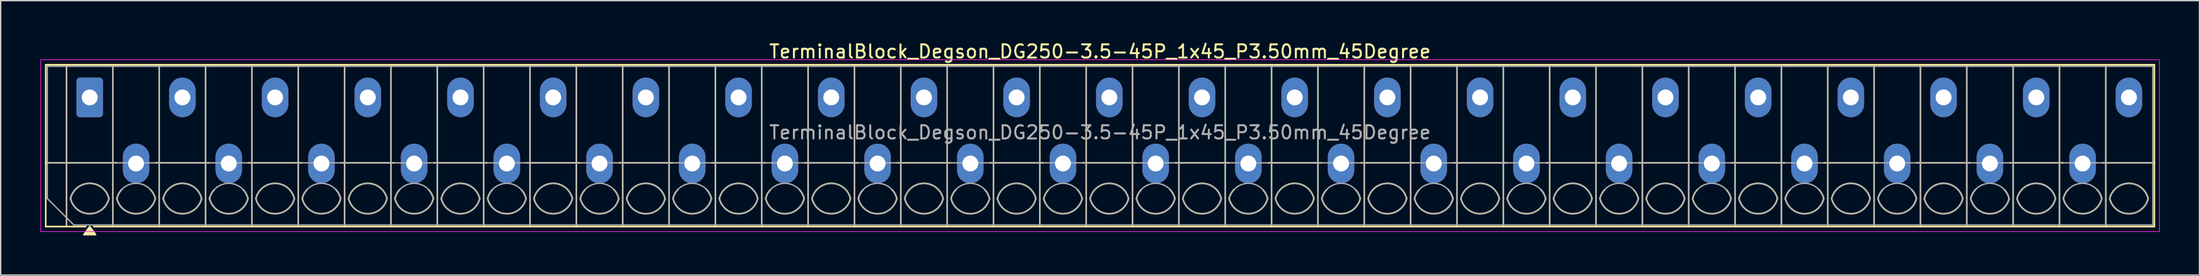
<source format=kicad_pcb>
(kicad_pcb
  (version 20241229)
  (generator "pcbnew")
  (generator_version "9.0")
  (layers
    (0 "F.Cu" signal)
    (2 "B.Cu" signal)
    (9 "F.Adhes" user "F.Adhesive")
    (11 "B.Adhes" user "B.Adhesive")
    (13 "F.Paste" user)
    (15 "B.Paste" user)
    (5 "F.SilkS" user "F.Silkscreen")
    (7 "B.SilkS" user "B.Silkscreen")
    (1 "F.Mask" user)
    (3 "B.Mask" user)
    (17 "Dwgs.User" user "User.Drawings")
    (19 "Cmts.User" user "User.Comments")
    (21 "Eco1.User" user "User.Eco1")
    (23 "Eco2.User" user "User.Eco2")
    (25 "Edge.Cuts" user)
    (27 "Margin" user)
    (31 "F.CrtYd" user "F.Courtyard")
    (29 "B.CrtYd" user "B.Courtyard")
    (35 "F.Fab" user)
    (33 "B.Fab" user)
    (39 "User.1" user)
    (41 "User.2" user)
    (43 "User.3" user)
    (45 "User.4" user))
  (footprint "TerminalBlock_Degson_DG250-3.5-45P_1x45_P3.50mm_45Degree"
    (layer "F.Cu")
    (at 3.725 4.318)
    (property "Reference" "TerminalBlock_Degson_DG250-3.5-45P_1x45_P3.50mm_45Degree" (at 76.3 -3.47 0) (layer "F.SilkS") (effects (font (size 1 1) (thickness 0.15))))
    (attr through_hole)
    (fp_line (start -3.32 -2.47) (end 155.92 -2.47) (stroke (width 0.12) (type solid)) (layer "F.SilkS"))
    (fp_line (start -3.32 4.95) (end 2.02 4.95) (stroke (width 0.12) (type solid)) (layer "F.SilkS"))
    (fp_line (start -3.32 9.77) (end -3.32 -2.47) (stroke (width 0.12) (type solid)) (layer "F.SilkS"))
    (fp_line (start -1.75 -2.47) (end -1.75 9.77) (stroke (width 0.12) (type solid)) (layer "F.SilkS"))
    (fp_line (start -0.3 9.77) (end -3.32 9.77) (stroke (width 0.12) (type solid)) (layer "F.SilkS"))
    (fp_line (start 1.75 -2.47) (end 1.75 9.77) (stroke (width 0.12) (type solid)) (layer "F.SilkS"))
    (fp_line (start 4.98 4.95) (end 9.02 4.95) (stroke (width 0.12) (type solid)) (layer "F.SilkS"))
    (fp_line (start 5.25 -2.47) (end 5.25 9.77) (stroke (width 0.12) (type solid)) (layer "F.SilkS"))
    (fp_line (start 8.75 -2.47) (end 8.75 9.77) (stroke (width 0.12) (type solid)) (layer "F.SilkS"))
    (fp_line (start 11.98 4.95) (end 16.02 4.95) (stroke (width 0.12) (type solid)) (layer "F.SilkS"))
    (fp_line (start 12.25 -2.47) (end 12.25 9.77) (stroke (width 0.12) (type solid)) (layer "F.SilkS"))
    (fp_line (start 15.75 -2.47) (end 15.75 9.77) (stroke (width 0.12) (type solid)) (layer "F.SilkS"))
    (fp_line (start 18.98 4.95) (end 23.02 4.95) (stroke (width 0.12) (type solid)) (layer "F.SilkS"))
    (fp_line (start 19.25 -2.47) (end 19.25 9.77) (stroke (width 0.12) (type solid)) (layer "F.SilkS"))
    (fp_line (start 22.75 -2.47) (end 22.75 9.77) (stroke (width 0.12) (type solid)) (layer "F.SilkS"))
    (fp_line (start 25.98 4.95) (end 30.02 4.95) (stroke (width 0.12) (type solid)) (layer "F.SilkS"))
    (fp_line (start 26.25 -2.47) (end 26.25 9.77) (stroke (width 0.12) (type solid)) (layer "F.SilkS"))
    (fp_line (start 29.75 -2.47) (end 29.75 9.77) (stroke (width 0.12) (type solid)) (layer "F.SilkS"))
    (fp_line (start 32.98 4.95) (end 37.02 4.95) (stroke (width 0.12) (type solid)) (layer "F.SilkS"))
    (fp_line (start 33.25 -2.47) (end 33.25 9.77) (stroke (width 0.12) (type solid)) (layer "F.SilkS"))
    (fp_line (start 36.75 -2.47) (end 36.75 9.77) (stroke (width 0.12) (type solid)) (layer "F.SilkS"))
    (fp_line (start 39.98 4.95) (end 44.02 4.95) (stroke (width 0.12) (type solid)) (layer "F.SilkS"))
    (fp_line (start 40.25 -2.47) (end 40.25 9.77) (stroke (width 0.12) (type solid)) (layer "F.SilkS"))
    (fp_line (start 43.75 -2.47) (end 43.75 9.77) (stroke (width 0.12) (type solid)) (layer "F.SilkS"))
    (fp_line (start 46.98 4.95) (end 51.02 4.95) (stroke (width 0.12) (type solid)) (layer "F.SilkS"))
    (fp_line (start 47.25 -2.47) (end 47.25 9.77) (stroke (width 0.12) (type solid)) (layer "F.SilkS"))
    (fp_line (start 50.75 -2.47) (end 50.75 9.77) (stroke (width 0.12) (type solid)) (layer "F.SilkS"))
    (fp_line (start 53.98 4.95) (end 58.02 4.95) (stroke (width 0.12) (type solid)) (layer "F.SilkS"))
    (fp_line (start 54.25 -2.47) (end 54.25 9.77) (stroke (width 0.12) (type solid)) (layer "F.SilkS"))
    (fp_line (start 57.75 -2.47) (end 57.75 9.77) (stroke (width 0.12) (type solid)) (layer "F.SilkS"))
    (fp_line (start 60.98 4.95) (end 65.02 4.95) (stroke (width 0.12) (type solid)) (layer "F.SilkS"))
    (fp_line (start 61.25 -2.47) (end 61.25 9.77) (stroke (width 0.12) (type solid)) (layer "F.SilkS"))
    (fp_line (start 64.75 -2.47) (end 64.75 9.77) (stroke (width 0.12) (type solid)) (layer "F.SilkS"))
    (fp_line (start 67.98 4.95) (end 72.02 4.95) (stroke (width 0.12) (type solid)) (layer "F.SilkS"))
    (fp_line (start 68.25 -2.47) (end 68.25 9.77) (stroke (width 0.12) (type solid)) (layer "F.SilkS"))
    (fp_line (start 71.75 -2.47) (end 71.75 9.77) (stroke (width 0.12) (type solid)) (layer "F.SilkS"))
    (fp_line (start 74.98 4.95) (end 79.02 4.95) (stroke (width 0.12) (type solid)) (layer "F.SilkS"))
    (fp_line (start 75.25 -2.47) (end 75.25 9.77) (stroke (width 0.12) (type solid)) (layer "F.SilkS"))
    (fp_line (start 78.75 -2.47) (end 78.75 9.77) (stroke (width 0.12) (type solid)) (layer "F.SilkS"))
    (fp_line (start 81.98 4.95) (end 86.02 4.95) (stroke (width 0.12) (type solid)) (layer "F.SilkS"))
    (fp_line (start 82.25 -2.47) (end 82.25 9.77) (stroke (width 0.12) (type solid)) (layer "F.SilkS"))
    (fp_line (start 85.75 -2.47) (end 85.75 9.77) (stroke (width 0.12) (type solid)) (layer "F.SilkS"))
    (fp_line (start 88.98 4.95) (end 93.02 4.95) (stroke (width 0.12) (type solid)) (layer "F.SilkS"))
    (fp_line (start 89.25 -2.47) (end 89.25 9.77) (stroke (width 0.12) (type solid)) (layer "F.SilkS"))
    (fp_line (start 92.75 -2.47) (end 92.75 9.77) (stroke (width 0.12) (type solid)) (layer "F.SilkS"))
    (fp_line (start 95.98 4.95) (end 100.02 4.95) (stroke (width 0.12) (type solid)) (layer "F.SilkS"))
    (fp_line (start 96.25 -2.47) (end 96.25 9.77) (stroke (width 0.12) (type solid)) (layer "F.SilkS"))
    (fp_line (start 99.75 -2.47) (end 99.75 9.77) (stroke (width 0.12) (type solid)) (layer "F.SilkS"))
    (fp_line (start 102.98 4.95) (end 107.02 4.95) (stroke (width 0.12) (type solid)) (layer "F.SilkS"))
    (fp_line (start 103.25 -2.47) (end 103.25 9.77) (stroke (width 0.12) (type solid)) (layer "F.SilkS"))
    (fp_line (start 106.75 -2.47) (end 106.75 9.77) (stroke (width 0.12) (type solid)) (layer "F.SilkS"))
    (fp_line (start 109.98 4.95) (end 114.02 4.95) (stroke (width 0.12) (type solid)) (layer "F.SilkS"))
    (fp_line (start 110.25 -2.47) (end 110.25 9.77) (stroke (width 0.12) (type solid)) (layer "F.SilkS"))
    (fp_line (start 113.75 -2.47) (end 113.75 9.77) (stroke (width 0.12) (type solid)) (layer "F.SilkS"))
    (fp_line (start 116.98 4.95) (end 121.02 4.95) (stroke (width 0.12) (type solid)) (layer "F.SilkS"))
    (fp_line (start 117.25 -2.47) (end 117.25 9.77) (stroke (width 0.12) (type solid)) (layer "F.SilkS"))
    (fp_line (start 120.75 -2.47) (end 120.75 9.77) (stroke (width 0.12) (type solid)) (layer "F.SilkS"))
    (fp_line (start 123.98 4.95) (end 128.02 4.95) (stroke (width 0.12) (type solid)) (layer "F.SilkS"))
    (fp_line (start 124.25 -2.47) (end 124.25 9.77) (stroke (width 0.12) (type solid)) (layer "F.SilkS"))
    (fp_line (start 127.75 -2.47) (end 127.75 9.77) (stroke (width 0.12) (type solid)) (layer "F.SilkS"))
    (fp_line (start 130.98 4.95) (end 135.02 4.95) (stroke (width 0.12) (type solid)) (layer "F.SilkS"))
    (fp_line (start 131.25 -2.47) (end 131.25 9.77) (stroke (width 0.12) (type solid)) (layer "F.SilkS"))
    (fp_line (start 134.75 -2.47) (end 134.75 9.77) (stroke (width 0.12) (type solid)) (layer "F.SilkS"))
    (fp_line (start 137.98 4.95) (end 142.02 4.95) (stroke (width 0.12) (type solid)) (layer "F.SilkS"))
    (fp_line (start 138.25 -2.47) (end 138.25 9.77) (stroke (width 0.12) (type solid)) (layer "F.SilkS"))
    (fp_line (start 141.75 -2.47) (end 141.75 9.77) (stroke (width 0.12) (type solid)) (layer "F.SilkS"))
    (fp_line (start 144.98 4.95) (end 149.02 4.95) (stroke (width 0.12) (type solid)) (layer "F.SilkS"))
    (fp_line (start 145.25 -2.47) (end 145.25 9.77) (stroke (width 0.12) (type solid)) (layer "F.SilkS"))
    (fp_line (start 148.75 -2.47) (end 148.75 9.77) (stroke (width 0.12) (type solid)) (layer "F.SilkS"))
    (fp_line (start 151.98 4.95) (end 155.92 4.95) (stroke (width 0.12) (type solid)) (layer "F.SilkS"))
    (fp_line (start 152.25 -2.47) (end 152.25 9.77) (stroke (width 0.12) (type solid)) (layer "F.SilkS"))
    (fp_line (start 155.92 -2.47) (end 155.92 9.77) (stroke (width 0.12) (type solid)) (layer "F.SilkS"))
    (fp_line (start 155.92 9.77) (end 0.3 9.77) (stroke (width 0.12) (type solid)) (layer "F.SilkS"))
    (fp_arc (start -1.45 7.65) (mid 0 6.5) (end 1.45 7.65) (stroke (width 0.12) (type solid)) (layer "F.SilkS"))
    (fp_arc (start 1.45 7.65) (mid 0 8.8) (end -1.45 7.65) (stroke (width 0.12) (type solid)) (layer "F.SilkS"))
    (fp_arc (start 2.05 7.65) (mid 2.18402 7.291962) (end 2.405 6.98) (stroke (width 0.12) (type solid)) (layer "F.SilkS"))
    (fp_arc (start 4.595 6.98) (mid 4.81598 7.291962) (end 4.95 7.65) (stroke (width 0.12) (type solid)) (layer "F.SilkS"))
    (fp_arc (start 4.95 7.65) (mid 3.5 8.8) (end 2.05 7.65) (stroke (width 0.12) (type solid)) (layer "F.SilkS"))
    (fp_arc (start 5.55 7.65) (mid 7 6.5) (end 8.45 7.65) (stroke (width 0.12) (type solid)) (layer "F.SilkS"))
    (fp_arc (start 8.45 7.65) (mid 7 8.8) (end 5.55 7.65) (stroke (width 0.12) (type solid)) (layer "F.SilkS"))
    (fp_arc (start 9.05 7.65) (mid 9.18402 7.291962) (end 9.405 6.98) (stroke (width 0.12) (type solid)) (layer "F.SilkS"))
    (fp_arc (start 11.595 6.98) (mid 11.81598 7.291962) (end 11.95 7.65) (stroke (width 0.12) (type solid)) (layer "F.SilkS"))
    (fp_arc (start 11.95 7.65) (mid 10.5 8.8) (end 9.05 7.65) (stroke (width 0.12) (type solid)) (layer "F.SilkS"))
    (fp_arc (start 12.55 7.65) (mid 14 6.5) (end 15.45 7.65) (stroke (width 0.12) (type solid)) (layer "F.SilkS"))
    (fp_arc (start 15.45 7.65) (mid 14 8.8) (end 12.55 7.65) (stroke (width 0.12) (type solid)) (layer "F.SilkS"))
    (fp_arc (start 16.05 7.65) (mid 16.18402 7.291962) (end 16.405 6.98) (stroke (width 0.12) (type solid)) (layer "F.SilkS"))
    (fp_arc (start 18.595 6.98) (mid 18.81598 7.291962) (end 18.95 7.65) (stroke (width 0.12) (type solid)) (layer "F.SilkS"))
    (fp_arc (start 18.95 7.65) (mid 17.5 8.8) (end 16.05 7.65) (stroke (width 0.12) (type solid)) (layer "F.SilkS"))
    (fp_arc (start 19.55 7.65) (mid 21 6.5) (end 22.45 7.65) (stroke (width 0.12) (type solid)) (layer "F.SilkS"))
    (fp_arc (start 22.45 7.65) (mid 21 8.8) (end 19.55 7.65) (stroke (width 0.12) (type solid)) (layer "F.SilkS"))
    (fp_arc (start 23.05 7.65) (mid 23.18402 7.291962) (end 23.405 6.98) (stroke (width 0.12) (type solid)) (layer "F.SilkS"))
    (fp_arc (start 25.595 6.98) (mid 25.81598 7.291962) (end 25.95 7.65) (stroke (width 0.12) (type solid)) (layer "F.SilkS"))
    (fp_arc (start 25.95 7.65) (mid 24.5 8.8) (end 23.05 7.65) (stroke (width 0.12) (type solid)) (layer "F.SilkS"))
    (fp_arc (start 26.55 7.65) (mid 28 6.5) (end 29.45 7.65) (stroke (width 0.12) (type solid)) (layer "F.SilkS"))
    (fp_arc (start 29.45 7.65) (mid 28 8.8) (end 26.55 7.65) (stroke (width 0.12) (type solid)) (layer "F.SilkS"))
    (fp_arc (start 30.05 7.65) (mid 30.18402 7.291962) (end 30.405 6.98) (stroke (width 0.12) (type solid)) (layer "F.SilkS"))
    (fp_arc (start 32.595 6.98) (mid 32.81598 7.291962) (end 32.95 7.65) (stroke (width 0.12) (type solid)) (layer "F.SilkS"))
    (fp_arc (start 32.95 7.65) (mid 31.5 8.8) (end 30.05 7.65) (stroke (width 0.12) (type solid)) (layer "F.SilkS"))
    (fp_arc (start 33.55 7.65) (mid 35 6.5) (end 36.45 7.65) (stroke (width 0.12) (type solid)) (layer "F.SilkS"))
    (fp_arc (start 36.45 7.65) (mid 35 8.8) (end 33.55 7.65) (stroke (width 0.12) (type solid)) (layer "F.SilkS"))
    (fp_arc (start 37.05 7.65) (mid 37.18402 7.291962) (end 37.405 6.98) (stroke (width 0.12) (type solid)) (layer "F.SilkS"))
    (fp_arc (start 39.595 6.98) (mid 39.81598 7.291962) (end 39.95 7.65) (stroke (width 0.12) (type solid)) (layer "F.SilkS"))
    (fp_arc (start 39.95 7.65) (mid 38.5 8.8) (end 37.05 7.65) (stroke (width 0.12) (type solid)) (layer "F.SilkS"))
    (fp_arc (start 40.55 7.65) (mid 42 6.5) (end 43.45 7.65) (stroke (width 0.12) (type solid)) (layer "F.SilkS"))
    (fp_arc (start 43.45 7.65) (mid 42 8.8) (end 40.55 7.65) (stroke (width 0.12) (type solid)) (layer "F.SilkS"))
    (fp_arc (start 44.05 7.65) (mid 44.18402 7.291962) (end 44.405 6.98) (stroke (width 0.12) (type solid)) (layer "F.SilkS"))
    (fp_arc (start 46.595 6.98) (mid 46.81598 7.291962) (end 46.95 7.65) (stroke (width 0.12) (type solid)) (layer "F.SilkS"))
    (fp_arc (start 46.95 7.65) (mid 45.5 8.8) (end 44.05 7.65) (stroke (width 0.12) (type solid)) (layer "F.SilkS"))
    (fp_arc (start 47.55 7.65) (mid 49 6.5) (end 50.45 7.65) (stroke (width 0.12) (type solid)) (layer "F.SilkS"))
    (fp_arc (start 50.45 7.65) (mid 49 8.8) (end 47.55 7.65) (stroke (width 0.12) (type solid)) (layer "F.SilkS"))
    (fp_arc (start 51.05 7.65) (mid 51.18402 7.291962) (end 51.405 6.98) (stroke (width 0.12) (type solid)) (layer "F.SilkS"))
    (fp_arc (start 53.595 6.98) (mid 53.81598 7.291962) (end 53.95 7.65) (stroke (width 0.12) (type solid)) (layer "F.SilkS"))
    (fp_arc (start 53.95 7.65) (mid 52.5 8.8) (end 51.05 7.65) (stroke (width 0.12) (type solid)) (layer "F.SilkS"))
    (fp_arc (start 54.55 7.65) (mid 56 6.5) (end 57.45 7.65) (stroke (width 0.12) (type solid)) (layer "F.SilkS"))
    (fp_arc (start 57.45 7.65) (mid 56 8.8) (end 54.55 7.65) (stroke (width 0.12) (type solid)) (layer "F.SilkS"))
    (fp_arc (start 58.05 7.65) (mid 58.18402 7.291962) (end 58.405 6.98) (stroke (width 0.12) (type solid)) (layer "F.SilkS"))
    (fp_arc (start 60.595 6.98) (mid 60.81598 7.291962) (end 60.95 7.65) (stroke (width 0.12) (type solid)) (layer "F.SilkS"))
    (fp_arc (start 60.95 7.65) (mid 59.5 8.8) (end 58.05 7.65) (stroke (width 0.12) (type solid)) (layer "F.SilkS"))
    (fp_arc (start 61.55 7.65) (mid 63 6.5) (end 64.45 7.65) (stroke (width 0.12) (type solid)) (layer "F.SilkS"))
    (fp_arc (start 64.45 7.65) (mid 63 8.8) (end 61.55 7.65) (stroke (width 0.12) (type solid)) (layer "F.SilkS"))
    (fp_arc (start 65.05 7.65) (mid 65.18402 7.291962) (end 65.405 6.98) (stroke (width 0.12) (type solid)) (layer "F.SilkS"))
    (fp_arc (start 67.595 6.98) (mid 67.81598 7.291962) (end 67.95 7.65) (stroke (width 0.12) (type solid)) (layer "F.SilkS"))
    (fp_arc (start 67.95 7.65) (mid 66.5 8.8) (end 65.05 7.65) (stroke (width 0.12) (type solid)) (layer "F.SilkS"))
    (fp_arc (start 68.55 7.65) (mid 70 6.5) (end 71.45 7.65) (stroke (width 0.12) (type solid)) (layer "F.SilkS"))
    (fp_arc (start 71.45 7.65) (mid 70 8.8) (end 68.55 7.65) (stroke (width 0.12) (type solid)) (layer "F.SilkS"))
    (fp_arc (start 72.05 7.65) (mid 72.18402 7.291962) (end 72.405 6.98) (stroke (width 0.12) (type solid)) (layer "F.SilkS"))
    (fp_arc (start 74.595 6.98) (mid 74.81598 7.291962) (end 74.95 7.65) (stroke (width 0.12) (type solid)) (layer "F.SilkS"))
    (fp_arc (start 74.95 7.65) (mid 73.5 8.8) (end 72.05 7.65) (stroke (width 0.12) (type solid)) (layer "F.SilkS"))
    (fp_arc (start 75.55 7.65) (mid 77 6.5) (end 78.45 7.65) (stroke (width 0.12) (type solid)) (layer "F.SilkS"))
    (fp_arc (start 78.45 7.65) (mid 77 8.8) (end 75.55 7.65) (stroke (width 0.12) (type solid)) (layer "F.SilkS"))
    (fp_arc (start 79.05 7.65) (mid 79.18402 7.291962) (end 79.405 6.98) (stroke (width 0.12) (type solid)) (layer "F.SilkS"))
    (fp_arc (start 81.595 6.98) (mid 81.81598 7.291962) (end 81.95 7.65) (stroke (width 0.12) (type solid)) (layer "F.SilkS"))
    (fp_arc (start 81.95 7.65) (mid 80.5 8.8) (end 79.05 7.65) (stroke (width 0.12) (type solid)) (layer "F.SilkS"))
    (fp_arc (start 82.55 7.65) (mid 84 6.5) (end 85.45 7.65) (stroke (width 0.12) (type solid)) (layer "F.SilkS"))
    (fp_arc (start 85.45 7.65) (mid 84 8.8) (end 82.55 7.65) (stroke (width 0.12) (type solid)) (layer "F.SilkS"))
    (fp_arc (start 86.05 7.65) (mid 86.18402 7.291962) (end 86.405 6.98) (stroke (width 0.12) (type solid)) (layer "F.SilkS"))
    (fp_arc (start 88.595 6.98) (mid 88.81598 7.291962) (end 88.95 7.65) (stroke (width 0.12) (type solid)) (layer "F.SilkS"))
    (fp_arc (start 88.95 7.65) (mid 87.5 8.8) (end 86.05 7.65) (stroke (width 0.12) (type solid)) (layer "F.SilkS"))
    (fp_arc (start 89.55 7.65) (mid 91 6.5) (end 92.45 7.65) (stroke (width 0.12) (type solid)) (layer "F.SilkS"))
    (fp_arc (start 92.45 7.65) (mid 91 8.8) (end 89.55 7.65) (stroke (width 0.12) (type solid)) (layer "F.SilkS"))
    (fp_arc (start 93.05 7.65) (mid 93.18402 7.291962) (end 93.405 6.98) (stroke (width 0.12) (type solid)) (layer "F.SilkS"))
    (fp_arc (start 95.595 6.98) (mid 95.81598 7.291962) (end 95.95 7.65) (stroke (width 0.12) (type solid)) (layer "F.SilkS"))
    (fp_arc (start 95.95 7.65) (mid 94.5 8.8) (end 93.05 7.65) (stroke (width 0.12) (type solid)) (layer "F.SilkS"))
    (fp_arc (start 96.55 7.65) (mid 98 6.5) (end 99.45 7.65) (stroke (width 0.12) (type solid)) (layer "F.SilkS"))
    (fp_arc (start 99.45 7.65) (mid 98 8.8) (end 96.55 7.65) (stroke (width 0.12) (type solid)) (layer "F.SilkS"))
    (fp_arc (start 100.05 7.65) (mid 100.18402 7.291962) (end 100.405 6.98) (stroke (width 0.12) (type solid)) (layer "F.SilkS"))
    (fp_arc (start 102.595 6.98) (mid 102.81598 7.291962) (end 102.95 7.65) (stroke (width 0.12) (type solid)) (layer "F.SilkS"))
    (fp_arc (start 102.95 7.65) (mid 101.5 8.8) (end 100.05 7.65) (stroke (width 0.12) (type solid)) (layer "F.SilkS"))
    (fp_arc (start 103.55 7.65) (mid 105 6.5) (end 106.45 7.65) (stroke (width 0.12) (type solid)) (layer "F.SilkS"))
    (fp_arc (start 106.45 7.65) (mid 105 8.8) (end 103.55 7.65) (stroke (width 0.12) (type solid)) (layer "F.SilkS"))
    (fp_arc (start 107.05 7.65) (mid 107.18402 7.291962) (end 107.405 6.98) (stroke (width 0.12) (type solid)) (layer "F.SilkS"))
    (fp_arc (start 109.595 6.98) (mid 109.81598 7.291962) (end 109.95 7.65) (stroke (width 0.12) (type solid)) (layer "F.SilkS"))
    (fp_arc (start 109.95 7.65) (mid 108.5 8.8) (end 107.05 7.65) (stroke (width 0.12) (type solid)) (layer "F.SilkS"))
    (fp_arc (start 110.55 7.65) (mid 112 6.5) (end 113.45 7.65) (stroke (width 0.12) (type solid)) (layer "F.SilkS"))
    (fp_arc (start 113.45 7.65) (mid 112 8.8) (end 110.55 7.65) (stroke (width 0.12) (type solid)) (layer "F.SilkS"))
    (fp_arc (start 114.05 7.65) (mid 114.18402 7.291962) (end 114.405 6.98) (stroke (width 0.12) (type solid)) (layer "F.SilkS"))
    (fp_arc (start 116.595 6.98) (mid 116.81598 7.291962) (end 116.95 7.65) (stroke (width 0.12) (type solid)) (layer "F.SilkS"))
    (fp_arc (start 116.95 7.65) (mid 115.5 8.8) (end 114.05 7.65) (stroke (width 0.12) (type solid)) (layer "F.SilkS"))
    (fp_arc (start 117.55 7.65) (mid 119 6.5) (end 120.45 7.65) (stroke (width 0.12) (type solid)) (layer "F.SilkS"))
    (fp_arc (start 120.45 7.65) (mid 119 8.8) (end 117.55 7.65) (stroke (width 0.12) (type solid)) (layer "F.SilkS"))
    (fp_arc (start 121.05 7.65) (mid 121.18402 7.291962) (end 121.405 6.98) (stroke (width 0.12) (type solid)) (layer "F.SilkS"))
    (fp_arc (start 123.595 6.98) (mid 123.81598 7.291962) (end 123.95 7.65) (stroke (width 0.12) (type solid)) (layer "F.SilkS"))
    (fp_arc (start 123.95 7.65) (mid 122.5 8.8) (end 121.05 7.65) (stroke (width 0.12) (type solid)) (layer "F.SilkS"))
    (fp_arc (start 124.55 7.65) (mid 126 6.5) (end 127.45 7.65) (stroke (width 0.12) (type solid)) (layer "F.SilkS"))
    (fp_arc (start 127.45 7.65) (mid 126 8.8) (end 124.55 7.65) (stroke (width 0.12) (type solid)) (layer "F.SilkS"))
    (fp_arc (start 128.05 7.65) (mid 128.18402 7.291962) (end 128.405 6.98) (stroke (width 0.12) (type solid)) (layer "F.SilkS"))
    (fp_arc (start 130.595 6.98) (mid 130.81598 7.291962) (end 130.95 7.65) (stroke (width 0.12) (type solid)) (layer "F.SilkS"))
    (fp_arc (start 130.95 7.65) (mid 129.5 8.8) (end 128.05 7.65) (stroke (width 0.12) (type solid)) (layer "F.SilkS"))
    (fp_arc (start 131.55 7.65) (mid 133 6.5) (end 134.45 7.65) (stroke (width 0.12) (type solid)) (layer "F.SilkS"))
    (fp_arc (start 134.45 7.65) (mid 133 8.8) (end 131.55 7.65) (stroke (width 0.12) (type solid)) (layer "F.SilkS"))
    (fp_arc (start 135.05 7.65) (mid 135.18402 7.291962) (end 135.405 6.98) (stroke (width 0.12) (type solid)) (layer "F.SilkS"))
    (fp_arc (start 137.595 6.98) (mid 137.81598 7.291962) (end 137.95 7.65) (stroke (width 0.12) (type solid)) (layer "F.SilkS"))
    (fp_arc (start 137.95 7.65) (mid 136.5 8.8) (end 135.05 7.65) (stroke (width 0.12) (type solid)) (layer "F.SilkS"))
    (fp_arc (start 138.55 7.65) (mid 140 6.5) (end 141.45 7.65) (stroke (width 0.12) (type solid)) (layer "F.SilkS"))
    (fp_arc (start 141.45 7.65) (mid 140 8.8) (end 138.55 7.65) (stroke (width 0.12) (type solid)) (layer "F.SilkS"))
    (fp_arc (start 142.05 7.65) (mid 142.18402 7.291962) (end 142.405 6.98) (stroke (width 0.12) (type solid)) (layer "F.SilkS"))
    (fp_arc (start 144.595 6.98) (mid 144.81598 7.291962) (end 144.95 7.65) (stroke (width 0.12) (type solid)) (layer "F.SilkS"))
    (fp_arc (start 144.95 7.65) (mid 143.5 8.8) (end 142.05 7.65) (stroke (width 0.12) (type solid)) (layer "F.SilkS"))
    (fp_arc (start 145.55 7.65) (mid 147 6.5) (end 148.45 7.65) (stroke (width 0.12) (type solid)) (layer "F.SilkS"))
    (fp_arc (start 148.45 7.65) (mid 147 8.8) (end 145.55 7.65) (stroke (width 0.12) (type solid)) (layer "F.SilkS"))
    (fp_arc (start 149.05 7.65) (mid 149.18402 7.291962) (end 149.405 6.98) (stroke (width 0.12) (type solid)) (layer "F.SilkS"))
    (fp_arc (start 151.595 6.98) (mid 151.81598 7.291962) (end 151.95 7.65) (stroke (width 0.12) (type solid)) (layer "F.SilkS"))
    (fp_arc (start 151.95 7.65) (mid 150.5 8.8) (end 149.05 7.65) (stroke (width 0.12) (type solid)) (layer "F.SilkS"))
    (fp_arc (start 152.55 7.65) (mid 154 6.5) (end 155.45 7.65) (stroke (width 0.12) (type solid)) (layer "F.SilkS"))
    (fp_arc (start 155.45 7.65) (mid 154 8.8) (end 152.55 7.65) (stroke (width 0.12) (type solid)) (layer "F.SilkS"))
    (fp_poly (pts (xy 0 9.77) (xy 0.44 10.38) (xy -0.44 10.38)) (stroke (width 0.12) (type solid)) (fill yes) (layer "F.SilkS"))
    (fp_line (start -3.7 -2.85) (end -3.7 10.15) (stroke (width 0.05) (type solid)) (layer "F.CrtYd"))
    (fp_line (start -3.7 10.15) (end 156.3 10.15) (stroke (width 0.05) (type solid)) (layer "F.CrtYd"))
    (fp_line (start 156.3 -2.85) (end -3.7 -2.85) (stroke (width 0.05) (type solid)) (layer "F.CrtYd"))
    (fp_line (start 156.3 10.15) (end 156.3 -2.85) (stroke (width 0.05) (type solid)) (layer "F.CrtYd"))
    (fp_line (start -3.2 -2.35) (end 155.8 -2.35) (stroke (width 0.1) (type solid)) (layer "F.Fab"))
    (fp_line (start -3.2 4.95) (end 155.8 4.95) (stroke (width 0.1) (type solid)) (layer "F.Fab"))
    (fp_line (start -3.2 7.65) (end -3.2 -2.35) (stroke (width 0.1) (type solid)) (layer "F.Fab"))
    (fp_line (start -1.75 -2.35) (end -1.75 9.65) (stroke (width 0.1) (type solid)) (layer "F.Fab"))
    (fp_line (start -1.2 9.65) (end -3.2 7.65) (stroke (width 0.1) (type solid)) (layer "F.Fab"))
    (fp_line (start 1.75 -2.35) (end 1.75 9.65) (stroke (width 0.1) (type solid)) (layer "F.Fab"))
    (fp_line (start 5.25 -2.35) (end 5.25 9.65) (stroke (width 0.1) (type solid)) (layer "F.Fab"))
    (fp_line (start 8.75 -2.35) (end 8.75 9.65) (stroke (width 0.1) (type solid)) (layer "F.Fab"))
    (fp_line (start 12.25 -2.35) (end 12.25 9.65) (stroke (width 0.1) (type solid)) (layer "F.Fab"))
    (fp_line (start 15.75 -2.35) (end 15.75 9.65) (stroke (width 0.1) (type solid)) (layer "F.Fab"))
    (fp_line (start 19.25 -2.35) (end 19.25 9.65) (stroke (width 0.1) (type solid)) (layer "F.Fab"))
    (fp_line (start 22.75 -2.35) (end 22.75 9.65) (stroke (width 0.1) (type solid)) (layer "F.Fab"))
    (fp_line (start 26.25 -2.35) (end 26.25 9.65) (stroke (width 0.1) (type solid)) (layer "F.Fab"))
    (fp_line (start 29.75 -2.35) (end 29.75 9.65) (stroke (width 0.1) (type solid)) (layer "F.Fab"))
    (fp_line (start 33.25 -2.35) (end 33.25 9.65) (stroke (width 0.1) (type solid)) (layer "F.Fab"))
    (fp_line (start 36.75 -2.35) (end 36.75 9.65) (stroke (width 0.1) (type solid)) (layer "F.Fab"))
    (fp_line (start 40.25 -2.35) (end 40.25 9.65) (stroke (width 0.1) (type solid)) (layer "F.Fab"))
    (fp_line (start 43.75 -2.35) (end 43.75 9.65) (stroke (width 0.1) (type solid)) (layer "F.Fab"))
    (fp_line (start 47.25 -2.35) (end 47.25 9.65) (stroke (width 0.1) (type solid)) (layer "F.Fab"))
    (fp_line (start 50.75 -2.35) (end 50.75 9.65) (stroke (width 0.1) (type solid)) (layer "F.Fab"))
    (fp_line (start 54.25 -2.35) (end 54.25 9.65) (stroke (width 0.1) (type solid)) (layer "F.Fab"))
    (fp_line (start 57.75 -2.35) (end 57.75 9.65) (stroke (width 0.1) (type solid)) (layer "F.Fab"))
    (fp_line (start 61.25 -2.35) (end 61.25 9.65) (stroke (width 0.1) (type solid)) (layer "F.Fab"))
    (fp_line (start 64.75 -2.35) (end 64.75 9.65) (stroke (width 0.1) (type solid)) (layer "F.Fab"))
    (fp_line (start 68.25 -2.35) (end 68.25 9.65) (stroke (width 0.1) (type solid)) (layer "F.Fab"))
    (fp_line (start 71.75 -2.35) (end 71.75 9.65) (stroke (width 0.1) (type solid)) (layer "F.Fab"))
    (fp_line (start 75.25 -2.35) (end 75.25 9.65) (stroke (width 0.1) (type solid)) (layer "F.Fab"))
    (fp_line (start 78.75 -2.35) (end 78.75 9.65) (stroke (width 0.1) (type solid)) (layer "F.Fab"))
    (fp_line (start 82.25 -2.35) (end 82.25 9.65) (stroke (width 0.1) (type solid)) (layer "F.Fab"))
    (fp_line (start 85.75 -2.35) (end 85.75 9.65) (stroke (width 0.1) (type solid)) (layer "F.Fab"))
    (fp_line (start 89.25 -2.35) (end 89.25 9.65) (stroke (width 0.1) (type solid)) (layer "F.Fab"))
    (fp_line (start 92.75 -2.35) (end 92.75 9.65) (stroke (width 0.1) (type solid)) (layer "F.Fab"))
    (fp_line (start 96.25 -2.35) (end 96.25 9.65) (stroke (width 0.1) (type solid)) (layer "F.Fab"))
    (fp_line (start 99.75 -2.35) (end 99.75 9.65) (stroke (width 0.1) (type solid)) (layer "F.Fab"))
    (fp_line (start 103.25 -2.35) (end 103.25 9.65) (stroke (width 0.1) (type solid)) (layer "F.Fab"))
    (fp_line (start 106.75 -2.35) (end 106.75 9.65) (stroke (width 0.1) (type solid)) (layer "F.Fab"))
    (fp_line (start 110.25 -2.35) (end 110.25 9.65) (stroke (width 0.1) (type solid)) (layer "F.Fab"))
    (fp_line (start 113.75 -2.35) (end 113.75 9.65) (stroke (width 0.1) (type solid)) (layer "F.Fab"))
    (fp_line (start 117.25 -2.35) (end 117.25 9.65) (stroke (width 0.1) (type solid)) (layer "F.Fab"))
    (fp_line (start 120.75 -2.35) (end 120.75 9.65) (stroke (width 0.1) (type solid)) (layer "F.Fab"))
    (fp_line (start 124.25 -2.35) (end 124.25 9.65) (stroke (width 0.1) (type solid)) (layer "F.Fab"))
    (fp_line (start 127.75 -2.35) (end 127.75 9.65) (stroke (width 0.1) (type solid)) (layer "F.Fab"))
    (fp_line (start 131.25 -2.35) (end 131.25 9.65) (stroke (width 0.1) (type solid)) (layer "F.Fab"))
    (fp_line (start 134.75 -2.35) (end 134.75 9.65) (stroke (width 0.1) (type solid)) (layer "F.Fab"))
    (fp_line (start 138.25 -2.35) (end 138.25 9.65) (stroke (width 0.1) (type solid)) (layer "F.Fab"))
    (fp_line (start 141.75 -2.35) (end 141.75 9.65) (stroke (width 0.1) (type solid)) (layer "F.Fab"))
    (fp_line (start 145.25 -2.35) (end 145.25 9.65) (stroke (width 0.1) (type solid)) (layer "F.Fab"))
    (fp_line (start 148.75 -2.35) (end 148.75 9.65) (stroke (width 0.1) (type solid)) (layer "F.Fab"))
    (fp_line (start 152.25 -2.35) (end 152.25 9.65) (stroke (width 0.1) (type solid)) (layer "F.Fab"))
    (fp_line (start 155.8 -2.35) (end 155.8 9.65) (stroke (width 0.1) (type solid)) (layer "F.Fab"))
    (fp_line (start 155.8 9.65) (end -1.2 9.65) (stroke (width 0.1) (type solid)) (layer "F.Fab"))
    (fp_arc (start -1.45 7.65) (mid 0 6.5) (end 1.45 7.65) (stroke (width 0.1) (type solid)) (layer "F.Fab"))
    (fp_arc (start 1.45 7.65) (mid 0 8.8) (end -1.45 7.65) (stroke (width 0.1) (type solid)) (layer "F.Fab"))
    (fp_arc (start 2.05 7.65) (mid 3.5 6.5) (end 4.95 7.65) (stroke (width 0.1) (type solid)) (layer "F.Fab"))
    (fp_arc (start 4.95 7.65) (mid 3.5 8.8) (end 2.05 7.65) (stroke (width 0.1) (type solid)) (layer "F.Fab"))
    (fp_arc (start 5.55 7.65) (mid 7 6.5) (end 8.45 7.65) (stroke (width 0.1) (type solid)) (layer "F.Fab"))
    (fp_arc (start 8.45 7.65) (mid 7 8.8) (end 5.55 7.65) (stroke (width 0.1) (type solid)) (layer "F.Fab"))
    (fp_arc (start 9.05 7.65) (mid 10.5 6.5) (end 11.95 7.65) (stroke (width 0.1) (type solid)) (layer "F.Fab"))
    (fp_arc (start 11.95 7.65) (mid 10.5 8.8) (end 9.05 7.65) (stroke (width 0.1) (type solid)) (layer "F.Fab"))
    (fp_arc (start 12.55 7.65) (mid 14 6.5) (end 15.45 7.65) (stroke (width 0.1) (type solid)) (layer "F.Fab"))
    (fp_arc (start 15.45 7.65) (mid 14 8.8) (end 12.55 7.65) (stroke (width 0.1) (type solid)) (layer "F.Fab"))
    (fp_arc (start 16.05 7.65) (mid 17.5 6.5) (end 18.95 7.65) (stroke (width 0.1) (type solid)) (layer "F.Fab"))
    (fp_arc (start 18.95 7.65) (mid 17.5 8.8) (end 16.05 7.65) (stroke (width 0.1) (type solid)) (layer "F.Fab"))
    (fp_arc (start 19.55 7.65) (mid 21 6.5) (end 22.45 7.65) (stroke (width 0.1) (type solid)) (layer "F.Fab"))
    (fp_arc (start 22.45 7.65) (mid 21 8.8) (end 19.55 7.65) (stroke (width 0.1) (type solid)) (layer "F.Fab"))
    (fp_arc (start 23.05 7.65) (mid 24.5 6.5) (end 25.95 7.65) (stroke (width 0.1) (type solid)) (layer "F.Fab"))
    (fp_arc (start 25.95 7.65) (mid 24.5 8.8) (end 23.05 7.65) (stroke (width 0.1) (type solid)) (layer "F.Fab"))
    (fp_arc (start 26.55 7.65) (mid 28 6.5) (end 29.45 7.65) (stroke (width 0.1) (type solid)) (layer "F.Fab"))
    (fp_arc (start 29.45 7.65) (mid 28 8.8) (end 26.55 7.65) (stroke (width 0.1) (type solid)) (layer "F.Fab"))
    (fp_arc (start 30.05 7.65) (mid 31.5 6.5) (end 32.95 7.65) (stroke (width 0.1) (type solid)) (layer "F.Fab"))
    (fp_arc (start 32.95 7.65) (mid 31.5 8.8) (end 30.05 7.65) (stroke (width 0.1) (type solid)) (layer "F.Fab"))
    (fp_arc (start 33.55 7.65) (mid 35 6.5) (end 36.45 7.65) (stroke (width 0.1) (type solid)) (layer "F.Fab"))
    (fp_arc (start 36.45 7.65) (mid 35 8.8) (end 33.55 7.65) (stroke (width 0.1) (type solid)) (layer "F.Fab"))
    (fp_arc (start 37.05 7.65) (mid 38.5 6.5) (end 39.95 7.65) (stroke (width 0.1) (type solid)) (layer "F.Fab"))
    (fp_arc (start 39.95 7.65) (mid 38.5 8.8) (end 37.05 7.65) (stroke (width 0.1) (type solid)) (layer "F.Fab"))
    (fp_arc (start 40.55 7.65) (mid 42 6.5) (end 43.45 7.65) (stroke (width 0.1) (type solid)) (layer "F.Fab"))
    (fp_arc (start 43.45 7.65) (mid 42 8.8) (end 40.55 7.65) (stroke (width 0.1) (type solid)) (layer "F.Fab"))
    (fp_arc (start 44.05 7.65) (mid 45.5 6.5) (end 46.95 7.65) (stroke (width 0.1) (type solid)) (layer "F.Fab"))
    (fp_arc (start 46.95 7.65) (mid 45.5 8.8) (end 44.05 7.65) (stroke (width 0.1) (type solid)) (layer "F.Fab"))
    (fp_arc (start 47.55 7.65) (mid 49 6.5) (end 50.45 7.65) (stroke (width 0.1) (type solid)) (layer "F.Fab"))
    (fp_arc (start 50.45 7.65) (mid 49 8.8) (end 47.55 7.65) (stroke (width 0.1) (type solid)) (layer "F.Fab"))
    (fp_arc (start 51.05 7.65) (mid 52.5 6.5) (end 53.95 7.65) (stroke (width 0.1) (type solid)) (layer "F.Fab"))
    (fp_arc (start 53.95 7.65) (mid 52.5 8.8) (end 51.05 7.65) (stroke (width 0.1) (type solid)) (layer "F.Fab"))
    (fp_arc (start 54.55 7.65) (mid 56 6.5) (end 57.45 7.65) (stroke (width 0.1) (type solid)) (layer "F.Fab"))
    (fp_arc (start 57.45 7.65) (mid 56 8.8) (end 54.55 7.65) (stroke (width 0.1) (type solid)) (layer "F.Fab"))
    (fp_arc (start 58.05 7.65) (mid 59.5 6.5) (end 60.95 7.65) (stroke (width 0.1) (type solid)) (layer "F.Fab"))
    (fp_arc (start 60.95 7.65) (mid 59.5 8.8) (end 58.05 7.65) (stroke (width 0.1) (type solid)) (layer "F.Fab"))
    (fp_arc (start 61.55 7.65) (mid 63 6.5) (end 64.45 7.65) (stroke (width 0.1) (type solid)) (layer "F.Fab"))
    (fp_arc (start 64.45 7.65) (mid 63 8.8) (end 61.55 7.65) (stroke (width 0.1) (type solid)) (layer "F.Fab"))
    (fp_arc (start 65.05 7.65) (mid 66.5 6.5) (end 67.95 7.65) (stroke (width 0.1) (type solid)) (layer "F.Fab"))
    (fp_arc (start 67.95 7.65) (mid 66.5 8.8) (end 65.05 7.65) (stroke (width 0.1) (type solid)) (layer "F.Fab"))
    (fp_arc (start 68.55 7.65) (mid 70 6.5) (end 71.45 7.65) (stroke (width 0.1) (type solid)) (layer "F.Fab"))
    (fp_arc (start 71.45 7.65) (mid 70 8.8) (end 68.55 7.65) (stroke (width 0.1) (type solid)) (layer "F.Fab"))
    (fp_arc (start 72.05 7.65) (mid 73.5 6.5) (end 74.95 7.65) (stroke (width 0.1) (type solid)) (layer "F.Fab"))
    (fp_arc (start 74.95 7.65) (mid 73.5 8.8) (end 72.05 7.65) (stroke (width 0.1) (type solid)) (layer "F.Fab"))
    (fp_arc (start 75.55 7.65) (mid 77 6.5) (end 78.45 7.65) (stroke (width 0.1) (type solid)) (layer "F.Fab"))
    (fp_arc (start 78.45 7.65) (mid 77 8.8) (end 75.55 7.65) (stroke (width 0.1) (type solid)) (layer "F.Fab"))
    (fp_arc (start 79.05 7.65) (mid 80.5 6.5) (end 81.95 7.65) (stroke (width 0.1) (type solid)) (layer "F.Fab"))
    (fp_arc (start 81.95 7.65) (mid 80.5 8.8) (end 79.05 7.65) (stroke (width 0.1) (type solid)) (layer "F.Fab"))
    (fp_arc (start 82.55 7.65) (mid 84 6.5) (end 85.45 7.65) (stroke (width 0.1) (type solid)) (layer "F.Fab"))
    (fp_arc (start 85.45 7.65) (mid 84 8.8) (end 82.55 7.65) (stroke (width 0.1) (type solid)) (layer "F.Fab"))
    (fp_arc (start 86.05 7.65) (mid 87.5 6.5) (end 88.95 7.65) (stroke (width 0.1) (type solid)) (layer "F.Fab"))
    (fp_arc (start 88.95 7.65) (mid 87.5 8.8) (end 86.05 7.65) (stroke (width 0.1) (type solid)) (layer "F.Fab"))
    (fp_arc (start 89.55 7.65) (mid 91 6.5) (end 92.45 7.65) (stroke (width 0.1) (type solid)) (layer "F.Fab"))
    (fp_arc (start 92.45 7.65) (mid 91 8.8) (end 89.55 7.65) (stroke (width 0.1) (type solid)) (layer "F.Fab"))
    (fp_arc (start 93.05 7.65) (mid 94.5 6.5) (end 95.95 7.65) (stroke (width 0.1) (type solid)) (layer "F.Fab"))
    (fp_arc (start 95.95 7.65) (mid 94.5 8.8) (end 93.05 7.65) (stroke (width 0.1) (type solid)) (layer "F.Fab"))
    (fp_arc (start 96.55 7.65) (mid 98 6.5) (end 99.45 7.65) (stroke (width 0.1) (type solid)) (layer "F.Fab"))
    (fp_arc (start 99.45 7.65) (mid 98 8.8) (end 96.55 7.65) (stroke (width 0.1) (type solid)) (layer "F.Fab"))
    (fp_arc (start 100.05 7.65) (mid 101.5 6.5) (end 102.95 7.65) (stroke (width 0.1) (type solid)) (layer "F.Fab"))
    (fp_arc (start 102.95 7.65) (mid 101.5 8.8) (end 100.05 7.65) (stroke (width 0.1) (type solid)) (layer "F.Fab"))
    (fp_arc (start 103.55 7.65) (mid 105 6.5) (end 106.45 7.65) (stroke (width 0.1) (type solid)) (layer "F.Fab"))
    (fp_arc (start 106.45 7.65) (mid 105 8.8) (end 103.55 7.65) (stroke (width 0.1) (type solid)) (layer "F.Fab"))
    (fp_arc (start 107.05 7.65) (mid 108.5 6.5) (end 109.95 7.65) (stroke (width 0.1) (type solid)) (layer "F.Fab"))
    (fp_arc (start 109.95 7.65) (mid 108.5 8.8) (end 107.05 7.65) (stroke (width 0.1) (type solid)) (layer "F.Fab"))
    (fp_arc (start 110.55 7.65) (mid 112 6.5) (end 113.45 7.65) (stroke (width 0.1) (type solid)) (layer "F.Fab"))
    (fp_arc (start 113.45 7.65) (mid 112 8.8) (end 110.55 7.65) (stroke (width 0.1) (type solid)) (layer "F.Fab"))
    (fp_arc (start 114.05 7.65) (mid 115.5 6.5) (end 116.95 7.65) (stroke (width 0.1) (type solid)) (layer "F.Fab"))
    (fp_arc (start 116.95 7.65) (mid 115.5 8.8) (end 114.05 7.65) (stroke (width 0.1) (type solid)) (layer "F.Fab"))
    (fp_arc (start 117.55 7.65) (mid 119 6.5) (end 120.45 7.65) (stroke (width 0.1) (type solid)) (layer "F.Fab"))
    (fp_arc (start 120.45 7.65) (mid 119 8.8) (end 117.55 7.65) (stroke (width 0.1) (type solid)) (layer "F.Fab"))
    (fp_arc (start 121.05 7.65) (mid 122.5 6.5) (end 123.95 7.65) (stroke (width 0.1) (type solid)) (layer "F.Fab"))
    (fp_arc (start 123.95 7.65) (mid 122.5 8.8) (end 121.05 7.65) (stroke (width 0.1) (type solid)) (layer "F.Fab"))
    (fp_arc (start 124.55 7.65) (mid 126 6.5) (end 127.45 7.65) (stroke (width 0.1) (type solid)) (layer "F.Fab"))
    (fp_arc (start 127.45 7.65) (mid 126 8.8) (end 124.55 7.65) (stroke (width 0.1) (type solid)) (layer "F.Fab"))
    (fp_arc (start 128.05 7.65) (mid 129.5 6.5) (end 130.95 7.65) (stroke (width 0.1) (type solid)) (layer "F.Fab"))
    (fp_arc (start 130.95 7.65) (mid 129.5 8.8) (end 128.05 7.65) (stroke (width 0.1) (type solid)) (layer "F.Fab"))
    (fp_arc (start 131.55 7.65) (mid 133 6.5) (end 134.45 7.65) (stroke (width 0.1) (type solid)) (layer "F.Fab"))
    (fp_arc (start 134.45 7.65) (mid 133 8.8) (end 131.55 7.65) (stroke (width 0.1) (type solid)) (layer "F.Fab"))
    (fp_arc (start 135.05 7.65) (mid 136.5 6.5) (end 137.95 7.65) (stroke (width 0.1) (type solid)) (layer "F.Fab"))
    (fp_arc (start 137.95 7.65) (mid 136.5 8.8) (end 135.05 7.65) (stroke (width 0.1) (type solid)) (layer "F.Fab"))
    (fp_arc (start 138.55 7.65) (mid 140 6.5) (end 141.45 7.65) (stroke (width 0.1) (type solid)) (layer "F.Fab"))
    (fp_arc (start 141.45 7.65) (mid 140 8.8) (end 138.55 7.65) (stroke (width 0.1) (type solid)) (layer "F.Fab"))
    (fp_arc (start 142.05 7.65) (mid 143.5 6.5) (end 144.95 7.65) (stroke (width 0.1) (type solid)) (layer "F.Fab"))
    (fp_arc (start 144.95 7.65) (mid 143.5 8.8) (end 142.05 7.65) (stroke (width 0.1) (type solid)) (layer "F.Fab"))
    (fp_arc (start 145.55 7.65) (mid 147 6.5) (end 148.45 7.65) (stroke (width 0.1) (type solid)) (layer "F.Fab"))
    (fp_arc (start 148.45 7.65) (mid 147 8.8) (end 145.55 7.65) (stroke (width 0.1) (type solid)) (layer "F.Fab"))
    (fp_arc (start 149.05 7.65) (mid 150.5 6.5) (end 151.95 7.65) (stroke (width 0.1) (type solid)) (layer "F.Fab"))
    (fp_arc (start 151.95 7.65) (mid 150.5 8.8) (end 149.05 7.65) (stroke (width 0.1) (type solid)) (layer "F.Fab"))
    (fp_arc (start 152.55 7.65) (mid 154 6.5) (end 155.45 7.65) (stroke (width 0.1) (type solid)) (layer "F.Fab"))
    (fp_arc (start 155.45 7.65) (mid 154 8.8) (end 152.55 7.65) (stroke (width 0.1) (type solid)) (layer "F.Fab"))
    (fp_text user "${REFERENCE}" (at 76.3 2.65 0) (layer "F.Fab") (effects (font (size 1 1) (thickness 0.15))))
    (pad "1" thru_hole roundrect (at 0 0) (size 2 3) (drill 1.2) (layers "*.Cu" "*.Mask") (roundrect_rratio 0.125))
    (pad "2" thru_hole oval (at 3.5 5) (size 2 3) (drill 1.2) (layers "*.Cu" "*.Mask"))
    (pad "3" thru_hole oval (at 7 0) (size 2 3) (drill 1.2) (layers "*.Cu" "*.Mask"))
    (pad "4" thru_hole oval (at 10.5 5) (size 2 3) (drill 1.2) (layers "*.Cu" "*.Mask"))
    (pad "5" thru_hole oval (at 14 0) (size 2 3) (drill 1.2) (layers "*.Cu" "*.Mask"))
    (pad "6" thru_hole oval (at 17.5 5) (size 2 3) (drill 1.2) (layers "*.Cu" "*.Mask"))
    (pad "7" thru_hole oval (at 21 0) (size 2 3) (drill 1.2) (layers "*.Cu" "*.Mask"))
    (pad "8" thru_hole oval (at 24.5 5) (size 2 3) (drill 1.2) (layers "*.Cu" "*.Mask"))
    (pad "9" thru_hole oval (at 28 0) (size 2 3) (drill 1.2) (layers "*.Cu" "*.Mask"))
    (pad "10" thru_hole oval (at 31.5 5) (size 2 3) (drill 1.2) (layers "*.Cu" "*.Mask"))
    (pad "11" thru_hole oval (at 35 0) (size 2 3) (drill 1.2) (layers "*.Cu" "*.Mask"))
    (pad "12" thru_hole oval (at 38.5 5) (size 2 3) (drill 1.2) (layers "*.Cu" "*.Mask"))
    (pad "13" thru_hole oval (at 42 0) (size 2 3) (drill 1.2) (layers "*.Cu" "*.Mask"))
    (pad "14" thru_hole oval (at 45.5 5) (size 2 3) (drill 1.2) (layers "*.Cu" "*.Mask"))
    (pad "15" thru_hole oval (at 49 0) (size 2 3) (drill 1.2) (layers "*.Cu" "*.Mask"))
    (pad "16" thru_hole oval (at 52.5 5) (size 2 3) (drill 1.2) (layers "*.Cu" "*.Mask"))
    (pad "17" thru_hole oval (at 56 0) (size 2 3) (drill 1.2) (layers "*.Cu" "*.Mask"))
    (pad "18" thru_hole oval (at 59.5 5) (size 2 3) (drill 1.2) (layers "*.Cu" "*.Mask"))
    (pad "19" thru_hole oval (at 63 0) (size 2 3) (drill 1.2) (layers "*.Cu" "*.Mask"))
    (pad "20" thru_hole oval (at 66.5 5) (size 2 3) (drill 1.2) (layers "*.Cu" "*.Mask"))
    (pad "21" thru_hole oval (at 70 0) (size 2 3) (drill 1.2) (layers "*.Cu" "*.Mask"))
    (pad "22" thru_hole oval (at 73.5 5) (size 2 3) (drill 1.2) (layers "*.Cu" "*.Mask"))
    (pad "23" thru_hole oval (at 77 0) (size 2 3) (drill 1.2) (layers "*.Cu" "*.Mask"))
    (pad "24" thru_hole oval (at 80.5 5) (size 2 3) (drill 1.2) (layers "*.Cu" "*.Mask"))
    (pad "25" thru_hole oval (at 84 0) (size 2 3) (drill 1.2) (layers "*.Cu" "*.Mask"))
    (pad "26" thru_hole oval (at 87.5 5) (size 2 3) (drill 1.2) (layers "*.Cu" "*.Mask"))
    (pad "27" thru_hole oval (at 91 0) (size 2 3) (drill 1.2) (layers "*.Cu" "*.Mask"))
    (pad "28" thru_hole oval (at 94.5 5) (size 2 3) (drill 1.2) (layers "*.Cu" "*.Mask"))
    (pad "29" thru_hole oval (at 98 0) (size 2 3) (drill 1.2) (layers "*.Cu" "*.Mask"))
    (pad "30" thru_hole oval (at 101.5 5) (size 2 3) (drill 1.2) (layers "*.Cu" "*.Mask"))
    (pad "31" thru_hole oval (at 105 0) (size 2 3) (drill 1.2) (layers "*.Cu" "*.Mask"))
    (pad "32" thru_hole oval (at 108.5 5) (size 2 3) (drill 1.2) (layers "*.Cu" "*.Mask"))
    (pad "33" thru_hole oval (at 112 0) (size 2 3) (drill 1.2) (layers "*.Cu" "*.Mask"))
    (pad "34" thru_hole oval (at 115.5 5) (size 2 3) (drill 1.2) (layers "*.Cu" "*.Mask"))
    (pad "35" thru_hole oval (at 119 0) (size 2 3) (drill 1.2) (layers "*.Cu" "*.Mask"))
    (pad "36" thru_hole oval (at 122.5 5) (size 2 3) (drill 1.2) (layers "*.Cu" "*.Mask"))
    (pad "37" thru_hole oval (at 126 0) (size 2 3) (drill 1.2) (layers "*.Cu" "*.Mask"))
    (pad "38" thru_hole oval (at 129.5 5) (size 2 3) (drill 1.2) (layers "*.Cu" "*.Mask"))
    (pad "39" thru_hole oval (at 133 0) (size 2 3) (drill 1.2) (layers "*.Cu" "*.Mask"))
    (pad "40" thru_hole oval (at 136.5 5) (size 2 3) (drill 1.2) (layers "*.Cu" "*.Mask"))
    (pad "41" thru_hole oval (at 140 0) (size 2 3) (drill 1.2) (layers "*.Cu" "*.Mask"))
    (pad "42" thru_hole oval (at 143.5 5) (size 2 3) (drill 1.2) (layers "*.Cu" "*.Mask"))
    (pad "43" thru_hole oval (at 147 0) (size 2 3) (drill 1.2) (layers "*.Cu" "*.Mask"))
    (pad "44" thru_hole oval (at 150.5 5) (size 2 3) (drill 1.2) (layers "*.Cu" "*.Mask"))
    (pad "45" thru_hole oval (at 154 0) (size 2 3) (drill 1.2) (layers "*.Cu" "*.Mask")))
  (gr_rect
    (start -3 -3)
    (end 163.05 17.758)
    (stroke (width 0.1) (type default))
    (fill no)
    (layer "Edge.Cuts")))
</source>
